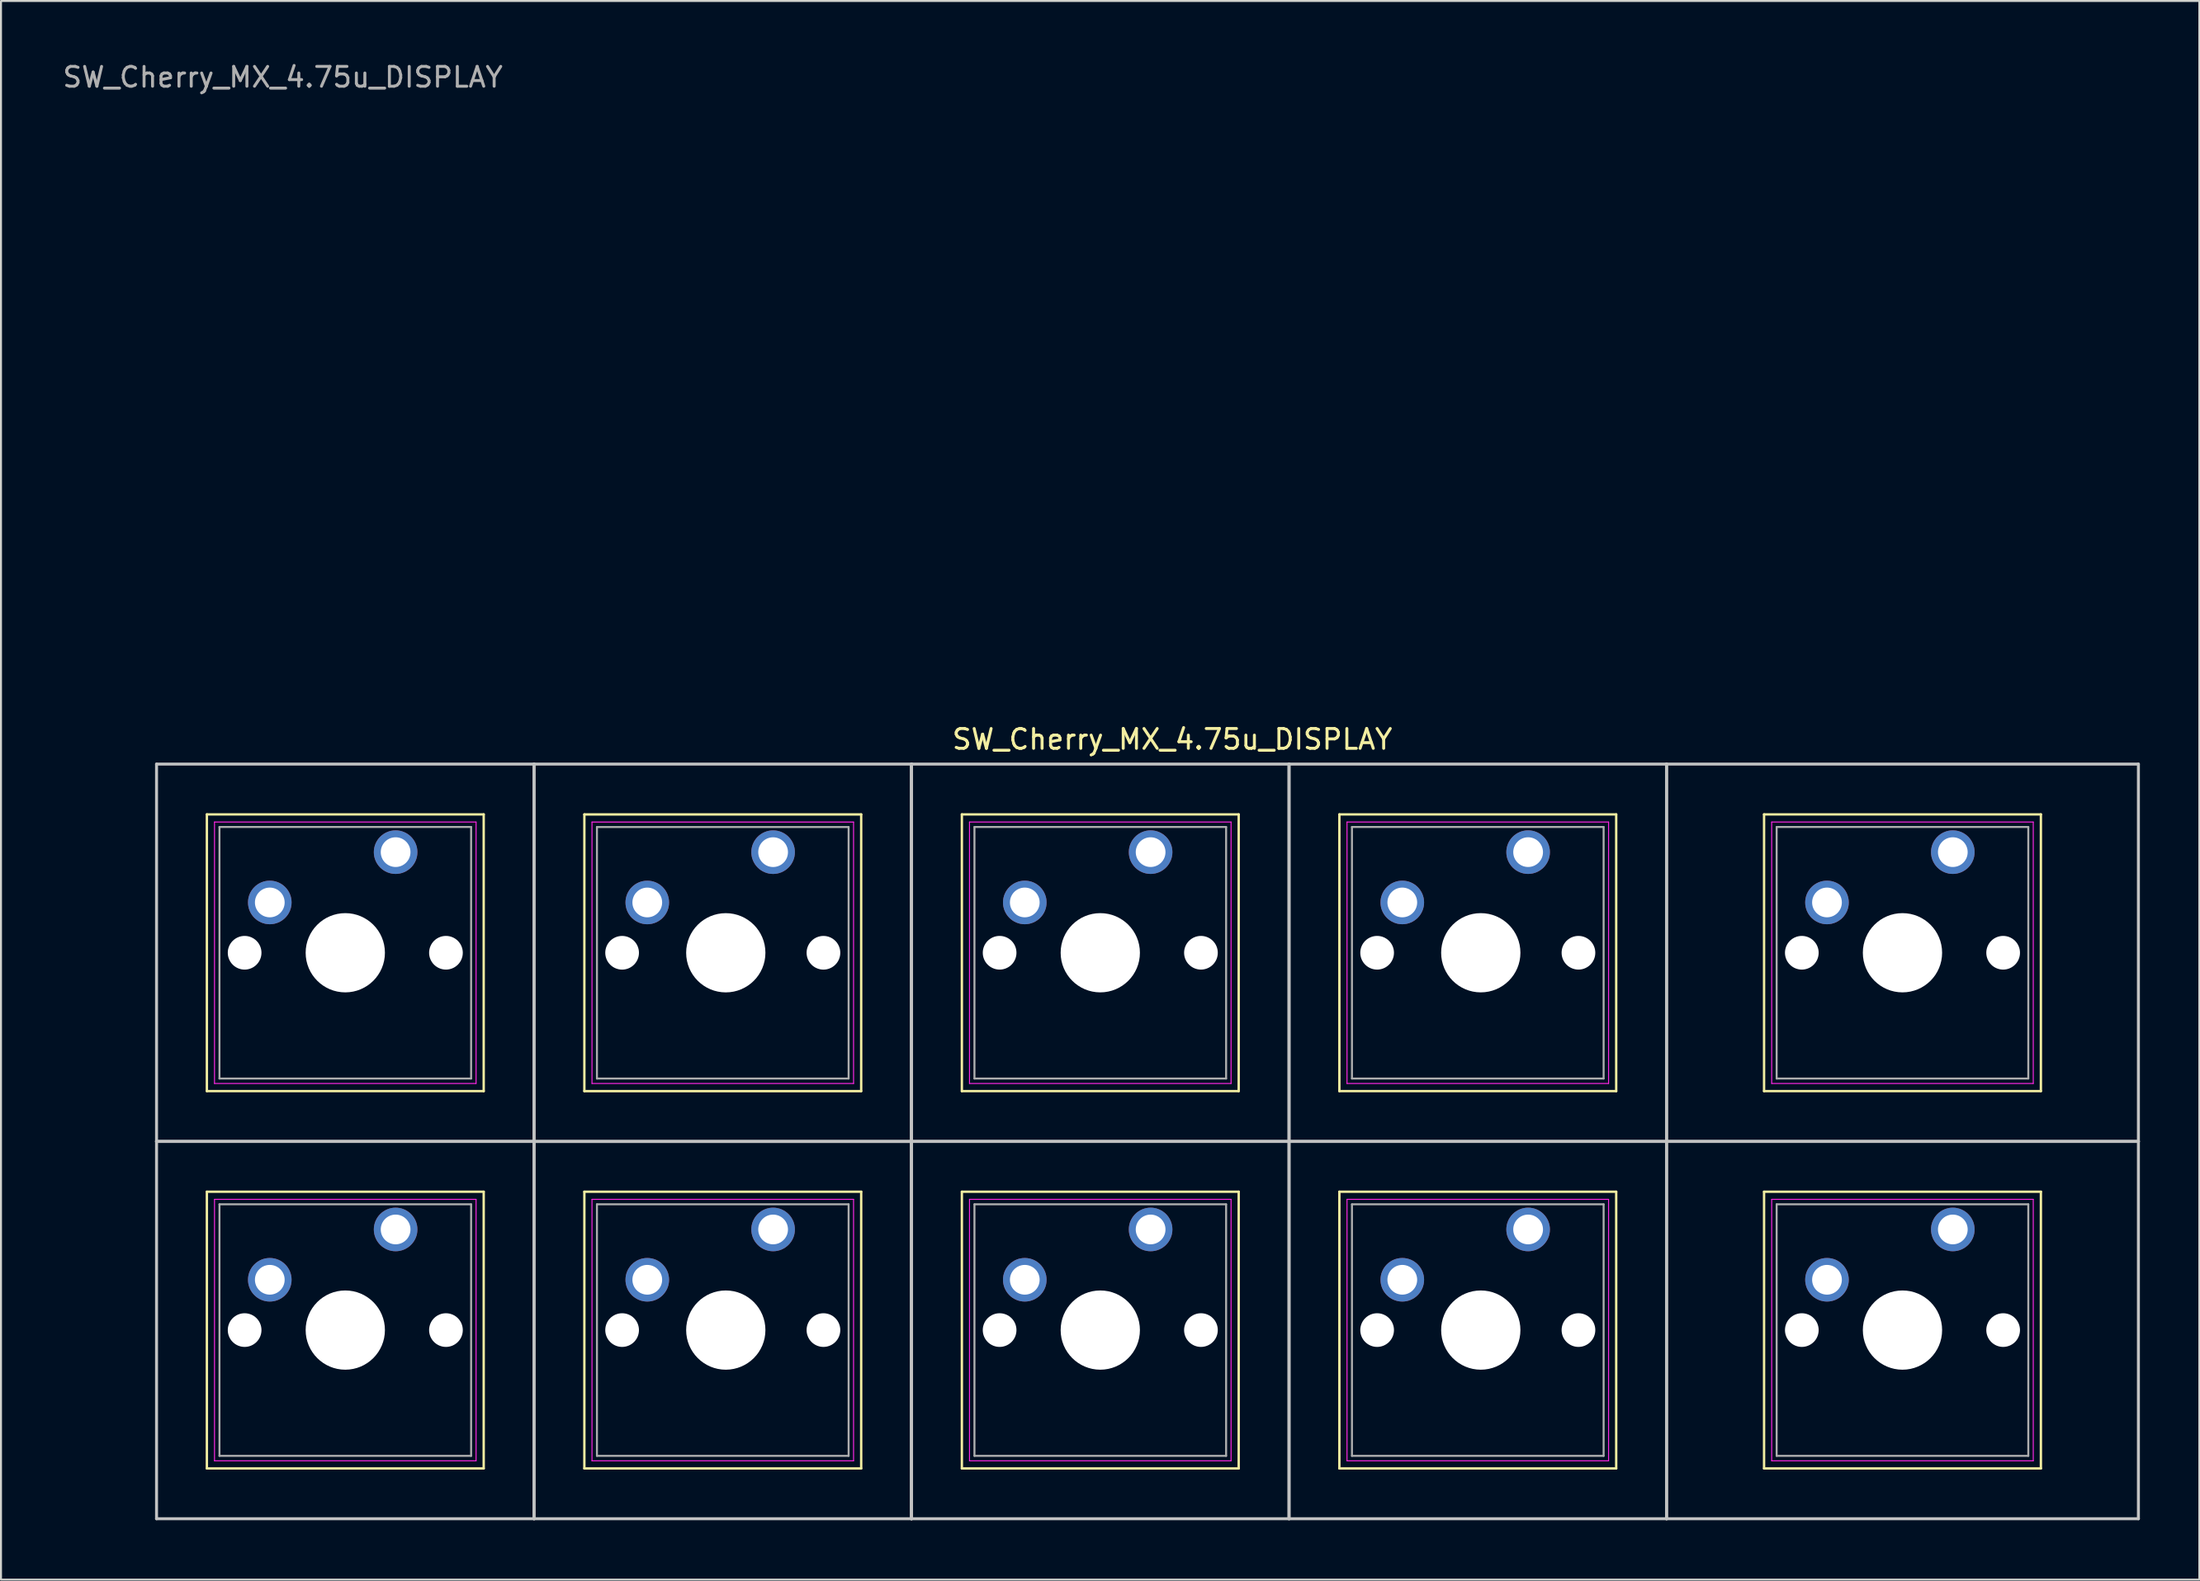
<source format=kicad_pcb>
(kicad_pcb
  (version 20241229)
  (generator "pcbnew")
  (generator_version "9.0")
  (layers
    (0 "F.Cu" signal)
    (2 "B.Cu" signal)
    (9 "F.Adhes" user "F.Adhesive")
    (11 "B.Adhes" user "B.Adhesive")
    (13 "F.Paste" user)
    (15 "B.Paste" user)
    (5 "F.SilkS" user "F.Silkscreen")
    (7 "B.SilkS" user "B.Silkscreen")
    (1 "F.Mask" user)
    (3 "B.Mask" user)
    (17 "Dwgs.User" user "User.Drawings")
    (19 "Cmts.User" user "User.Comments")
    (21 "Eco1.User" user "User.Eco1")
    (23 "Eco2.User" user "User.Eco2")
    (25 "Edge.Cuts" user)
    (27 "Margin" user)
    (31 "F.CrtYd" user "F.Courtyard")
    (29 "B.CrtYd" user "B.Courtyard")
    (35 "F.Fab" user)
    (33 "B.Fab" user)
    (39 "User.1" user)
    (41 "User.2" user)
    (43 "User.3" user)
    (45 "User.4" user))
  (footprint "SW_Cherry_MX_4.75u_DISPLAY"
    (layer "F.Cu")
    (at 61.957 42.278)
    (property "Reference" "SW_Cherry_MX_4.75u_DISPLAY" (at -5.847 -8.002 0) (layer "F.SilkS") (effects (font (size 1 1) (thickness 0.15))))
    (attr through_hole)
    (fp_line (start -54.567 14.839) (end -40.597 14.839) (stroke (width 0.12) (type solid)) (layer "F.SilkS"))
    (fp_line (start -54.567 28.809) (end -54.567 14.839) (stroke (width 0.12) (type solid)) (layer "F.SilkS"))
    (fp_line (start -54.567 -4.211) (end -40.597 -4.211) (stroke (width 0.12) (type solid)) (layer "F.SilkS"))
    (fp_line (start -54.567 9.759) (end -54.567 -4.211) (stroke (width 0.12) (type solid)) (layer "F.SilkS"))
    (fp_line (start -40.597 14.839) (end -40.597 28.809) (stroke (width 0.12) (type solid)) (layer "F.SilkS"))
    (fp_line (start -40.597 28.809) (end -54.567 28.809) (stroke (width 0.12) (type solid)) (layer "F.SilkS"))
    (fp_line (start -40.597 -4.211) (end -40.597 9.759) (stroke (width 0.12) (type solid)) (layer "F.SilkS"))
    (fp_line (start -40.597 9.759) (end -54.567 9.759) (stroke (width 0.12) (type solid)) (layer "F.SilkS"))
    (fp_line (start -35.517 14.839) (end -21.547 14.839) (stroke (width 0.12) (type solid)) (layer "F.SilkS"))
    (fp_line (start -35.517 28.809) (end -35.517 14.839) (stroke (width 0.12) (type solid)) (layer "F.SilkS"))
    (fp_line (start -35.517 -4.21) (end -21.547 -4.21) (stroke (width 0.12) (type solid)) (layer "F.SilkS"))
    (fp_line (start -35.517 9.76) (end -35.517 -4.21) (stroke (width 0.12) (type solid)) (layer "F.SilkS"))
    (fp_line (start -21.547 14.839) (end -21.547 28.809) (stroke (width 0.12) (type solid)) (layer "F.SilkS"))
    (fp_line (start -21.547 28.809) (end -35.517 28.809) (stroke (width 0.12) (type solid)) (layer "F.SilkS"))
    (fp_line (start -21.547 -4.21) (end -21.547 9.76) (stroke (width 0.12) (type solid)) (layer "F.SilkS"))
    (fp_line (start -21.547 9.76) (end -35.517 9.76) (stroke (width 0.12) (type solid)) (layer "F.SilkS"))
    (fp_line (start -16.466 14.839) (end -2.496 14.839) (stroke (width 0.12) (type solid)) (layer "F.SilkS"))
    (fp_line (start -16.466 28.809) (end -16.466 14.839) (stroke (width 0.12) (type solid)) (layer "F.SilkS"))
    (fp_line (start -16.466 -4.211) (end -2.496 -4.211) (stroke (width 0.12) (type solid)) (layer "F.SilkS"))
    (fp_line (start -16.466 9.759) (end -16.466 -4.211) (stroke (width 0.12) (type solid)) (layer "F.SilkS"))
    (fp_line (start -2.496 14.839) (end -2.496 28.809) (stroke (width 0.12) (type solid)) (layer "F.SilkS"))
    (fp_line (start -2.496 28.809) (end -16.466 28.809) (stroke (width 0.12) (type solid)) (layer "F.SilkS"))
    (fp_line (start -2.496 -4.211) (end -2.496 9.759) (stroke (width 0.12) (type solid)) (layer "F.SilkS"))
    (fp_line (start -2.496 9.759) (end -16.466 9.759) (stroke (width 0.12) (type solid)) (layer "F.SilkS"))
    (fp_line (start 2.585 14.839) (end 16.555 14.839) (stroke (width 0.12) (type solid)) (layer "F.SilkS"))
    (fp_line (start 2.585 28.809) (end 2.585 14.839) (stroke (width 0.12) (type solid)) (layer "F.SilkS"))
    (fp_line (start 2.585 -4.211) (end 16.555 -4.211) (stroke (width 0.12) (type solid)) (layer "F.SilkS"))
    (fp_line (start 2.585 9.759) (end 2.585 -4.211) (stroke (width 0.12) (type solid)) (layer "F.SilkS"))
    (fp_line (start 16.555 14.839) (end 16.555 28.809) (stroke (width 0.12) (type solid)) (layer "F.SilkS"))
    (fp_line (start 16.555 28.809) (end 2.585 28.809) (stroke (width 0.12) (type solid)) (layer "F.SilkS"))
    (fp_line (start 16.555 -4.211) (end 16.555 9.759) (stroke (width 0.12) (type solid)) (layer "F.SilkS"))
    (fp_line (start 16.555 9.759) (end 2.585 9.759) (stroke (width 0.12) (type solid)) (layer "F.SilkS"))
    (fp_line (start 24.017 14.839) (end 37.987 14.839) (stroke (width 0.12) (type solid)) (layer "F.SilkS"))
    (fp_line (start 24.017 28.809) (end 24.017 14.839) (stroke (width 0.12) (type solid)) (layer "F.SilkS"))
    (fp_line (start 24.017 -4.211) (end 37.987 -4.211) (stroke (width 0.12) (type solid)) (layer "F.SilkS"))
    (fp_line (start 24.017 9.759) (end 24.017 -4.211) (stroke (width 0.12) (type solid)) (layer "F.SilkS"))
    (fp_line (start 37.987 14.839) (end 37.987 28.809) (stroke (width 0.12) (type solid)) (layer "F.SilkS"))
    (fp_line (start 37.987 28.809) (end 24.017 28.809) (stroke (width 0.12) (type solid)) (layer "F.SilkS"))
    (fp_line (start 37.987 -4.211) (end 37.987 9.759) (stroke (width 0.12) (type solid)) (layer "F.SilkS"))
    (fp_line (start 37.987 9.759) (end 24.017 9.759) (stroke (width 0.12) (type solid)) (layer "F.SilkS"))
    (fp_line (start -57.107 12.299) (end -38.057 12.299) (stroke (width 0.15) (type solid)) (layer "Dwgs.User"))
    (fp_line (start -57.107 31.349) (end -57.107 12.299) (stroke (width 0.15) (type solid)) (layer "Dwgs.User"))
    (fp_line (start -57.107 -6.751) (end -38.057 -6.751) (stroke (width 0.15) (type solid)) (layer "Dwgs.User"))
    (fp_line (start -57.107 12.299) (end -57.107 -6.751) (stroke (width 0.15) (type solid)) (layer "Dwgs.User"))
    (fp_line (start -38.057 12.299) (end -38.057 31.349) (stroke (width 0.15) (type solid)) (layer "Dwgs.User"))
    (fp_line (start -38.057 31.349) (end -57.107 31.349) (stroke (width 0.15) (type solid)) (layer "Dwgs.User"))
    (fp_line (start -38.057 -6.751) (end -38.057 12.299) (stroke (width 0.15) (type solid)) (layer "Dwgs.User"))
    (fp_line (start -38.057 12.299) (end -57.107 12.299) (stroke (width 0.15) (type solid)) (layer "Dwgs.User"))
    (fp_line (start -38.057 12.299) (end -19.007 12.299) (stroke (width 0.15) (type solid)) (layer "Dwgs.User"))
    (fp_line (start -38.057 31.349) (end -38.057 12.299) (stroke (width 0.15) (type solid)) (layer "Dwgs.User"))
    (fp_line (start -38.057 -6.75) (end -19.007 -6.75) (stroke (width 0.15) (type solid)) (layer "Dwgs.User"))
    (fp_line (start -38.057 12.3) (end -38.057 -6.75) (stroke (width 0.15) (type solid)) (layer "Dwgs.User"))
    (fp_line (start -19.007 12.299) (end -19.007 31.349) (stroke (width 0.15) (type solid)) (layer "Dwgs.User"))
    (fp_line (start -19.007 31.349) (end -38.057 31.349) (stroke (width 0.15) (type solid)) (layer "Dwgs.User"))
    (fp_line (start -19.007 -6.75) (end -19.007 12.3) (stroke (width 0.15) (type solid)) (layer "Dwgs.User"))
    (fp_line (start -19.007 12.3) (end -38.057 12.3) (stroke (width 0.15) (type solid)) (layer "Dwgs.User"))
    (fp_line (start -19.006 31.349) (end -19.006 12.299) (stroke (width 0.15) (type solid)) (layer "Dwgs.User"))
    (fp_line (start -19.006 12.299) (end -19.006 -6.751) (stroke (width 0.15) (type solid)) (layer "Dwgs.User"))
    (fp_line (start -19.006 12.299) (end 0.044 12.299) (stroke (width 0.15) (type solid)) (layer "Dwgs.User"))
    (fp_line (start -19.006 31.349) (end -19.006 12.299) (stroke (width 0.15) (type solid)) (layer "Dwgs.User"))
    (fp_line (start -19.006 -6.751) (end 0.044 -6.751) (stroke (width 0.15) (type solid)) (layer "Dwgs.User"))
    (fp_line (start -19.006 12.299) (end -19.006 -6.751) (stroke (width 0.15) (type solid)) (layer "Dwgs.User"))
    (fp_line (start 0.044 12.299) (end 0.044 31.349) (stroke (width 0.15) (type solid)) (layer "Dwgs.User"))
    (fp_line (start 0.044 31.349) (end -19.006 31.349) (stroke (width 0.15) (type solid)) (layer "Dwgs.User"))
    (fp_line (start 0.044 -6.751) (end 0.044 12.299) (stroke (width 0.15) (type solid)) (layer "Dwgs.User"))
    (fp_line (start 0.044 12.299) (end -19.006 12.299) (stroke (width 0.15) (type solid)) (layer "Dwgs.User"))
    (fp_line (start 0.045 12.299) (end 19.095 12.299) (stroke (width 0.15) (type solid)) (layer "Dwgs.User"))
    (fp_line (start 0.045 31.349) (end 0.045 12.299) (stroke (width 0.15) (type solid)) (layer "Dwgs.User"))
    (fp_line (start 0.045 -6.751) (end 19.095 -6.751) (stroke (width 0.15) (type solid)) (layer "Dwgs.User"))
    (fp_line (start 0.045 12.299) (end 0.045 -6.751) (stroke (width 0.15) (type solid)) (layer "Dwgs.User"))
    (fp_line (start 19.095 12.299) (end 19.095 31.349) (stroke (width 0.15) (type solid)) (layer "Dwgs.User"))
    (fp_line (start 19.095 31.349) (end 0.045 31.349) (stroke (width 0.15) (type solid)) (layer "Dwgs.User"))
    (fp_line (start 19.095 -6.751) (end 19.095 12.299) (stroke (width 0.15) (type solid)) (layer "Dwgs.User"))
    (fp_line (start 19.095 12.299) (end 0.045 12.299) (stroke (width 0.15) (type solid)) (layer "Dwgs.User"))
    (fp_line (start 19.096 12.299) (end 42.908 12.299) (stroke (width 0.15) (type solid)) (layer "Dwgs.User"))
    (fp_line (start 19.096 31.349) (end 19.096 12.299) (stroke (width 0.15) (type solid)) (layer "Dwgs.User"))
    (fp_line (start 19.096 -6.751) (end 42.908 -6.751) (stroke (width 0.15) (type solid)) (layer "Dwgs.User"))
    (fp_line (start 19.096 12.299) (end 19.096 -6.751) (stroke (width 0.15) (type solid)) (layer "Dwgs.User"))
    (fp_line (start 42.908 12.299) (end 42.908 31.349) (stroke (width 0.15) (type solid)) (layer "Dwgs.User"))
    (fp_line (start 42.908 31.349) (end 19.096 31.349) (stroke (width 0.15) (type solid)) (layer "Dwgs.User"))
    (fp_line (start 42.908 -6.751) (end 42.908 12.299) (stroke (width 0.15) (type solid)) (layer "Dwgs.User"))
    (fp_line (start 42.908 12.299) (end 19.096 12.299) (stroke (width 0.15) (type solid)) (layer "Dwgs.User"))
    (fp_line (start -54.182 15.224) (end -40.982 15.224) (stroke (width 0.05) (type solid)) (layer "F.CrtYd"))
    (fp_line (start -54.182 28.424) (end -54.182 15.224) (stroke (width 0.05) (type solid)) (layer "F.CrtYd"))
    (fp_line (start -54.182 -3.826) (end -40.982 -3.826) (stroke (width 0.05) (type solid)) (layer "F.CrtYd"))
    (fp_line (start -54.182 9.374) (end -54.182 -3.826) (stroke (width 0.05) (type solid)) (layer "F.CrtYd"))
    (fp_line (start -40.982 15.224) (end -40.982 28.424) (stroke (width 0.05) (type solid)) (layer "F.CrtYd"))
    (fp_line (start -40.982 28.424) (end -54.182 28.424) (stroke (width 0.05) (type solid)) (layer "F.CrtYd"))
    (fp_line (start -40.982 -3.826) (end -40.982 9.374) (stroke (width 0.05) (type solid)) (layer "F.CrtYd"))
    (fp_line (start -40.982 9.374) (end -54.182 9.374) (stroke (width 0.05) (type solid)) (layer "F.CrtYd"))
    (fp_line (start -35.132 15.224) (end -21.932 15.224) (stroke (width 0.05) (type solid)) (layer "F.CrtYd"))
    (fp_line (start -35.132 28.424) (end -35.132 15.224) (stroke (width 0.05) (type solid)) (layer "F.CrtYd"))
    (fp_line (start -35.132 -3.825) (end -21.932 -3.825) (stroke (width 0.05) (type solid)) (layer "F.CrtYd"))
    (fp_line (start -35.132 9.375) (end -35.132 -3.825) (stroke (width 0.05) (type solid)) (layer "F.CrtYd"))
    (fp_line (start -21.932 15.224) (end -21.932 28.424) (stroke (width 0.05) (type solid)) (layer "F.CrtYd"))
    (fp_line (start -21.932 28.424) (end -35.132 28.424) (stroke (width 0.05) (type solid)) (layer "F.CrtYd"))
    (fp_line (start -21.932 -3.825) (end -21.932 9.375) (stroke (width 0.05) (type solid)) (layer "F.CrtYd"))
    (fp_line (start -21.932 9.375) (end -35.132 9.375) (stroke (width 0.05) (type solid)) (layer "F.CrtYd"))
    (fp_line (start -16.081 15.224) (end -2.881 15.224) (stroke (width 0.05) (type solid)) (layer "F.CrtYd"))
    (fp_line (start -16.081 28.424) (end -16.081 15.224) (stroke (width 0.05) (type solid)) (layer "F.CrtYd"))
    (fp_line (start -16.081 -3.826) (end -2.881 -3.826) (stroke (width 0.05) (type solid)) (layer "F.CrtYd"))
    (fp_line (start -16.081 9.374) (end -16.081 -3.826) (stroke (width 0.05) (type solid)) (layer "F.CrtYd"))
    (fp_line (start -2.881 15.224) (end -2.881 28.424) (stroke (width 0.05) (type solid)) (layer "F.CrtYd"))
    (fp_line (start -2.881 28.424) (end -16.081 28.424) (stroke (width 0.05) (type solid)) (layer "F.CrtYd"))
    (fp_line (start -2.881 -3.826) (end -2.881 9.374) (stroke (width 0.05) (type solid)) (layer "F.CrtYd"))
    (fp_line (start -2.881 9.374) (end -16.081 9.374) (stroke (width 0.05) (type solid)) (layer "F.CrtYd"))
    (fp_line (start 2.97 15.224) (end 16.17 15.224) (stroke (width 0.05) (type solid)) (layer "F.CrtYd"))
    (fp_line (start 2.97 28.424) (end 2.97 15.224) (stroke (width 0.05) (type solid)) (layer "F.CrtYd"))
    (fp_line (start 2.97 -3.826) (end 16.17 -3.826) (stroke (width 0.05) (type solid)) (layer "F.CrtYd"))
    (fp_line (start 2.97 9.374) (end 2.97 -3.826) (stroke (width 0.05) (type solid)) (layer "F.CrtYd"))
    (fp_line (start 16.17 15.224) (end 16.17 28.424) (stroke (width 0.05) (type solid)) (layer "F.CrtYd"))
    (fp_line (start 16.17 28.424) (end 2.97 28.424) (stroke (width 0.05) (type solid)) (layer "F.CrtYd"))
    (fp_line (start 16.17 -3.826) (end 16.17 9.374) (stroke (width 0.05) (type solid)) (layer "F.CrtYd"))
    (fp_line (start 16.17 9.374) (end 2.97 9.374) (stroke (width 0.05) (type solid)) (layer "F.CrtYd"))
    (fp_line (start 24.402 15.224) (end 37.602 15.224) (stroke (width 0.05) (type solid)) (layer "F.CrtYd"))
    (fp_line (start 24.402 28.424) (end 24.402 15.224) (stroke (width 0.05) (type solid)) (layer "F.CrtYd"))
    (fp_line (start 24.402 -3.826) (end 37.602 -3.826) (stroke (width 0.05) (type solid)) (layer "F.CrtYd"))
    (fp_line (start 24.402 9.374) (end 24.402 -3.826) (stroke (width 0.05) (type solid)) (layer "F.CrtYd"))
    (fp_line (start 37.602 15.224) (end 37.602 28.424) (stroke (width 0.05) (type solid)) (layer "F.CrtYd"))
    (fp_line (start 37.602 28.424) (end 24.402 28.424) (stroke (width 0.05) (type solid)) (layer "F.CrtYd"))
    (fp_line (start 37.602 -3.826) (end 37.602 9.374) (stroke (width 0.05) (type solid)) (layer "F.CrtYd"))
    (fp_line (start 37.602 9.374) (end 24.402 9.374) (stroke (width 0.05) (type solid)) (layer "F.CrtYd"))
    (fp_line (start -53.932 15.474) (end -41.232 15.474) (stroke (width 0.1) (type solid)) (layer "F.Fab"))
    (fp_line (start -53.932 28.174) (end -53.932 15.474) (stroke (width 0.1) (type solid)) (layer "F.Fab"))
    (fp_line (start -53.932 -3.576) (end -41.232 -3.576) (stroke (width 0.1) (type solid)) (layer "F.Fab"))
    (fp_line (start -53.932 9.124) (end -53.932 -3.576) (stroke (width 0.1) (type solid)) (layer "F.Fab"))
    (fp_line (start -41.232 15.474) (end -41.232 28.174) (stroke (width 0.1) (type solid)) (layer "F.Fab"))
    (fp_line (start -41.232 28.174) (end -53.932 28.174) (stroke (width 0.1) (type solid)) (layer "F.Fab"))
    (fp_line (start -41.232 -3.576) (end -41.232 9.124) (stroke (width 0.1) (type solid)) (layer "F.Fab"))
    (fp_line (start -41.232 9.124) (end -53.932 9.124) (stroke (width 0.1) (type solid)) (layer "F.Fab"))
    (fp_line (start -34.882 15.474) (end -22.182 15.474) (stroke (width 0.1) (type solid)) (layer "F.Fab"))
    (fp_line (start -34.882 28.174) (end -34.882 15.474) (stroke (width 0.1) (type solid)) (layer "F.Fab"))
    (fp_line (start -34.882 -3.575) (end -22.182 -3.575) (stroke (width 0.1) (type solid)) (layer "F.Fab"))
    (fp_line (start -34.882 9.125) (end -34.882 -3.575) (stroke (width 0.1) (type solid)) (layer "F.Fab"))
    (fp_line (start -22.182 15.474) (end -22.182 28.174) (stroke (width 0.1) (type solid)) (layer "F.Fab"))
    (fp_line (start -22.182 28.174) (end -34.882 28.174) (stroke (width 0.1) (type solid)) (layer "F.Fab"))
    (fp_line (start -22.182 -3.575) (end -22.182 9.125) (stroke (width 0.1) (type solid)) (layer "F.Fab"))
    (fp_line (start -22.182 9.125) (end -34.882 9.125) (stroke (width 0.1) (type solid)) (layer "F.Fab"))
    (fp_line (start -15.831 15.474) (end -3.131 15.474) (stroke (width 0.1) (type solid)) (layer "F.Fab"))
    (fp_line (start -15.831 28.174) (end -15.831 15.474) (stroke (width 0.1) (type solid)) (layer "F.Fab"))
    (fp_line (start -15.831 -3.576) (end -3.131 -3.576) (stroke (width 0.1) (type solid)) (layer "F.Fab"))
    (fp_line (start -15.831 9.124) (end -15.831 -3.576) (stroke (width 0.1) (type solid)) (layer "F.Fab"))
    (fp_line (start -3.131 15.474) (end -3.131 28.174) (stroke (width 0.1) (type solid)) (layer "F.Fab"))
    (fp_line (start -3.131 28.174) (end -15.831 28.174) (stroke (width 0.1) (type solid)) (layer "F.Fab"))
    (fp_line (start -3.131 -3.576) (end -3.131 9.124) (stroke (width 0.1) (type solid)) (layer "F.Fab"))
    (fp_line (start -3.131 9.124) (end -15.831 9.124) (stroke (width 0.1) (type solid)) (layer "F.Fab"))
    (fp_line (start 3.22 15.474) (end 15.92 15.474) (stroke (width 0.1) (type solid)) (layer "F.Fab"))
    (fp_line (start 3.22 28.174) (end 3.22 15.474) (stroke (width 0.1) (type solid)) (layer "F.Fab"))
    (fp_line (start 3.22 -3.576) (end 15.92 -3.576) (stroke (width 0.1) (type solid)) (layer "F.Fab"))
    (fp_line (start 3.22 9.124) (end 3.22 -3.576) (stroke (width 0.1) (type solid)) (layer "F.Fab"))
    (fp_line (start 15.92 15.474) (end 15.92 28.174) (stroke (width 0.1) (type solid)) (layer "F.Fab"))
    (fp_line (start 15.92 28.174) (end 3.22 28.174) (stroke (width 0.1) (type solid)) (layer "F.Fab"))
    (fp_line (start 15.92 -3.576) (end 15.92 9.124) (stroke (width 0.1) (type solid)) (layer "F.Fab"))
    (fp_line (start 15.92 9.124) (end 3.22 9.124) (stroke (width 0.1) (type solid)) (layer "F.Fab"))
    (fp_line (start 24.652 15.474) (end 37.352 15.474) (stroke (width 0.1) (type solid)) (layer "F.Fab"))
    (fp_line (start 24.652 28.174) (end 24.652 15.474) (stroke (width 0.1) (type solid)) (layer "F.Fab"))
    (fp_line (start 24.652 -3.576) (end 37.352 -3.576) (stroke (width 0.1) (type solid)) (layer "F.Fab"))
    (fp_line (start 24.652 9.124) (end 24.652 -3.576) (stroke (width 0.1) (type solid)) (layer "F.Fab"))
    (fp_line (start 37.352 15.474) (end 37.352 28.174) (stroke (width 0.1) (type solid)) (layer "F.Fab"))
    (fp_line (start 37.352 28.174) (end 24.652 28.174) (stroke (width 0.1) (type solid)) (layer "F.Fab"))
    (fp_line (start 37.352 -3.576) (end 37.352 9.124) (stroke (width 0.1) (type solid)) (layer "F.Fab"))
    (fp_line (start 37.352 9.124) (end 24.652 9.124) (stroke (width 0.1) (type solid)) (layer "F.Fab"))
    (fp_text user "${REFERENCE}" (at -50.737 -41.43 0) (layer "F.Fab") (effects (font (size 1 1) (thickness 0.15))))
    (pad "" np_thru_hole circle (at -52.662 21.824) (size 1.7 1.7) (drill 1.7) (layers "*.Cu" "*.Mask"))
    (pad "" np_thru_hole circle (at -52.662 2.774) (size 1.7 1.7) (drill 1.7) (layers "*.Cu" "*.Mask"))
    (pad "" np_thru_hole circle (at -47.582 21.824) (size 4 4) (drill 4) (layers "*.Cu" "*.Mask"))
    (pad "" np_thru_hole circle (at -47.582 2.774) (size 4 4) (drill 4) (layers "*.Cu" "*.Mask"))
    (pad "" np_thru_hole circle (at -42.502 21.824) (size 1.7 1.7) (drill 1.7) (layers "*.Cu" "*.Mask"))
    (pad "" np_thru_hole circle (at -42.502 2.774) (size 1.7 1.7) (drill 1.7) (layers "*.Cu" "*.Mask"))
    (pad "" np_thru_hole circle (at -33.612 21.824) (size 1.7 1.7) (drill 1.7) (layers "*.Cu" "*.Mask"))
    (pad "" np_thru_hole circle (at -33.612 2.775) (size 1.7 1.7) (drill 1.7) (layers "*.Cu" "*.Mask"))
    (pad "" np_thru_hole circle (at -28.38 21.824) (size 4 4) (drill 4) (layers "*.Cu" "*.Mask"))
    (pad "" np_thru_hole circle (at -28.38 2.775) (size 4 4) (drill 4) (layers "*.Cu" "*.Mask"))
    (pad "" np_thru_hole circle (at -23.452 21.824) (size 1.7 1.7) (drill 1.7) (layers "*.Cu" "*.Mask"))
    (pad "" np_thru_hole circle (at -23.452 2.775) (size 1.7 1.7) (drill 1.7) (layers "*.Cu" "*.Mask"))
    (pad "" np_thru_hole circle (at -14.561 21.824) (size 1.7 1.7) (drill 1.7) (layers "*.Cu" "*.Mask"))
    (pad "" np_thru_hole circle (at -14.561 2.774) (size 1.7 1.7) (drill 1.7) (layers "*.Cu" "*.Mask"))
    (pad "" np_thru_hole circle (at -9.481 21.824) (size 4 4) (drill 4) (layers "*.Cu" "*.Mask"))
    (pad "" np_thru_hole circle (at -9.481 2.774) (size 4 4) (drill 4) (layers "*.Cu" "*.Mask"))
    (pad "" np_thru_hole circle (at -4.401 21.824) (size 1.7 1.7) (drill 1.7) (layers "*.Cu" "*.Mask"))
    (pad "" np_thru_hole circle (at -4.401 2.774) (size 1.7 1.7) (drill 1.7) (layers "*.Cu" "*.Mask"))
    (pad "" np_thru_hole circle (at 4.49 21.824) (size 1.7 1.7) (drill 1.7) (layers "*.Cu" "*.Mask"))
    (pad "" np_thru_hole circle (at 4.49 2.774) (size 1.7 1.7) (drill 1.7) (layers "*.Cu" "*.Mask"))
    (pad "" np_thru_hole circle (at 9.721 21.824) (size 4 4) (drill 4) (layers "*.Cu" "*.Mask"))
    (pad "" np_thru_hole circle (at 9.721 2.774) (size 4 4) (drill 4) (layers "*.Cu" "*.Mask"))
    (pad "" np_thru_hole circle (at 14.65 21.824) (size 1.7 1.7) (drill 1.7) (layers "*.Cu" "*.Mask"))
    (pad "" np_thru_hole circle (at 14.65 2.774) (size 1.7 1.7) (drill 1.7) (layers "*.Cu" "*.Mask"))
    (pad "" np_thru_hole circle (at 25.922 21.824) (size 1.7 1.7) (drill 1.7) (layers "*.Cu" "*.Mask"))
    (pad "" np_thru_hole circle (at 25.922 2.774) (size 1.7 1.7) (drill 1.7) (layers "*.Cu" "*.Mask"))
    (pad "" np_thru_hole circle (at 31.002 21.824) (size 4 4) (drill 4) (layers "*.Cu" "*.Mask"))
    (pad "" np_thru_hole circle (at 31.002 2.774) (size 4 4) (drill 4) (layers "*.Cu" "*.Mask"))
    (pad "" np_thru_hole circle (at 36.082 21.824) (size 1.7 1.7) (drill 1.7) (layers "*.Cu" "*.Mask"))
    (pad "" np_thru_hole circle (at 36.082 2.774) (size 1.7 1.7) (drill 1.7) (layers "*.Cu" "*.Mask"))
    (pad "1" thru_hole circle (at -45.042 16.744) (size 2.2 2.2) (drill 1.5) (layers "*.Cu" "*.Mask"))
    (pad "1" thru_hole circle (at -45.042 -2.306) (size 2.2 2.2) (drill 1.5) (layers "*.Cu" "*.Mask"))
    (pad "1" thru_hole circle (at -25.992 16.744) (size 2.2 2.2) (drill 1.5) (layers "*.Cu" "*.Mask"))
    (pad "1" thru_hole circle (at -25.992 -2.305) (size 2.2 2.2) (drill 1.5) (layers "*.Cu" "*.Mask"))
    (pad "1" thru_hole circle (at -6.941 16.744) (size 2.2 2.2) (drill 1.5) (layers "*.Cu" "*.Mask"))
    (pad "1" thru_hole circle (at -6.941 -2.306) (size 2.2 2.2) (drill 1.5) (layers "*.Cu" "*.Mask"))
    (pad "1" thru_hole circle (at 12.11 16.744) (size 2.2 2.2) (drill 1.5) (layers "*.Cu" "*.Mask"))
    (pad "1" thru_hole circle (at 12.11 -2.306) (size 2.2 2.2) (drill 1.5) (layers "*.Cu" "*.Mask"))
    (pad "1" thru_hole circle (at 33.542 16.744) (size 2.2 2.2) (drill 1.5) (layers "*.Cu" "*.Mask"))
    (pad "1" thru_hole circle (at 33.542 -2.306) (size 2.2 2.2) (drill 1.5) (layers "*.Cu" "*.Mask"))
    (pad "2" thru_hole circle (at -51.392 19.284) (size 2.2 2.2) (drill 1.5) (layers "*.Cu" "*.Mask"))
    (pad "2" thru_hole circle (at -51.392 0.234) (size 2.2 2.2) (drill 1.5) (layers "*.Cu" "*.Mask"))
    (pad "2" thru_hole circle (at -32.342 19.284) (size 2.2 2.2) (drill 1.5) (layers "*.Cu" "*.Mask"))
    (pad "2" thru_hole circle (at -32.342 0.235) (size 2.2 2.2) (drill 1.5) (layers "*.Cu" "*.Mask"))
    (pad "2" thru_hole circle (at -13.291 19.284) (size 2.2 2.2) (drill 1.5) (layers "*.Cu" "*.Mask"))
    (pad "2" thru_hole circle (at -13.291 0.234) (size 2.2 2.2) (drill 1.5) (layers "*.Cu" "*.Mask"))
    (pad "2" thru_hole circle (at 5.76 19.284) (size 2.2 2.2) (drill 1.5) (layers "*.Cu" "*.Mask"))
    (pad "2" thru_hole circle (at 5.76 0.234) (size 2.2 2.2) (drill 1.5) (layers "*.Cu" "*.Mask"))
    (pad "2" thru_hole circle (at 27.192 19.284) (size 2.2 2.2) (drill 1.5) (layers "*.Cu" "*.Mask"))
    (pad "2" thru_hole circle (at 27.192 0.234) (size 2.2 2.2) (drill 1.5) (layers "*.Cu" "*.Mask")))
  (gr_rect
    (start -3 -3)
    (end 107.94 76.702)
    (stroke (width 0.1) (type default))
    (fill no)
    (layer "Edge.Cuts")))
</source>
